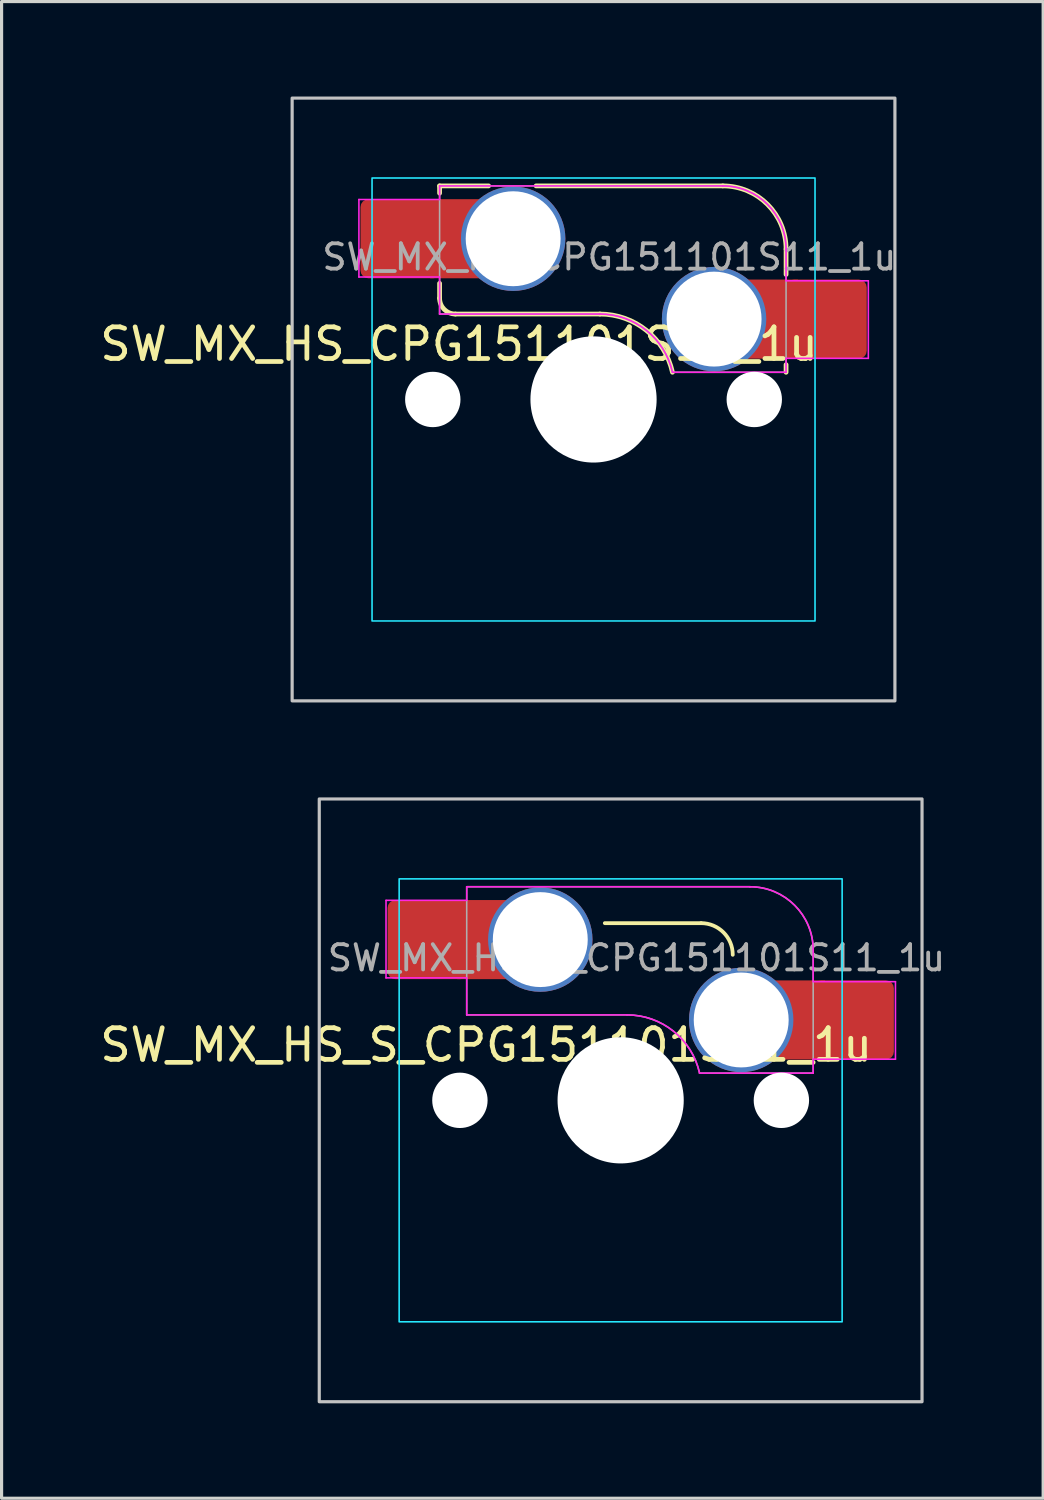
<source format=kicad_pcb>
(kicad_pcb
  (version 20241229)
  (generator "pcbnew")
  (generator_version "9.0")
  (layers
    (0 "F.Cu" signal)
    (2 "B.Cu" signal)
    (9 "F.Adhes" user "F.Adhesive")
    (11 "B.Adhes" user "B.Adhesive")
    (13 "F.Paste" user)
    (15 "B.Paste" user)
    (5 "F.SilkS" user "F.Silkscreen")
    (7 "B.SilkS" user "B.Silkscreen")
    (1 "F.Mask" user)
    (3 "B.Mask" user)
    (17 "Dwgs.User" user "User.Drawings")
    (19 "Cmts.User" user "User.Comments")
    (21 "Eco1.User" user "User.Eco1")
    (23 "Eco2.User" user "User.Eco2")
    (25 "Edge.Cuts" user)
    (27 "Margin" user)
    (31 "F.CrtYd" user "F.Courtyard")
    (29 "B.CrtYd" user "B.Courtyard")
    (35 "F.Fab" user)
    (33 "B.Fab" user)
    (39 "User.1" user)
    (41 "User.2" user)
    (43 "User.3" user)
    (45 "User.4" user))
  (footprint "SW_MX_HS_S_CPG151101S11_1u"
    (layer "F.Cu")
    (at 16.565 31.725)
    (property "Reference" "SW_MX_HS_S_CPG151101S11_1u" (at -4.25 -1.75 0) (layer "F.SilkS") (effects (font (size 1 1) (thickness 0.15))))
    (attr smd)
    (fp_line (start -0.5 -5.6) (end 2.543 -5.6) (stroke (width 0.12) (type solid)) (layer "F.SilkS"))
    (fp_arc (start 2.542893 -5.6) (mid 3.25 -5.307107) (end 3.542893 -4.6) (stroke (width 0.12) (type solid)) (layer "F.SilkS"))
    (fp_rect (start -9.525 -9.525) (end 9.525 9.525) (stroke (width 0.1) (type default)) (fill no) (layer "Dwgs.User"))
    (fp_line (start -7 -6.5) (end -7 6.5) (stroke (width 0.05) (type solid)) (layer "Eco2.User"))
    (fp_line (start -6.5 7) (end 6.5 7) (stroke (width 0.05) (type solid)) (layer "Eco2.User"))
    (fp_line (start 6.5 -7) (end -6.5 -7) (stroke (width 0.05) (type solid)) (layer "Eco2.User"))
    (fp_line (start 7 6.5) (end 7 -6.5) (stroke (width 0.05) (type solid)) (layer "Eco2.User"))
    (fp_arc (start -7 -6.5) (mid -6.853553 -6.853553) (end -6.5 -7) (stroke (width 0.05) (type solid)) (layer "Eco2.User"))
    (fp_arc (start -6.497236 6.998884) (mid -6.850789 6.852437) (end -6.997236 6.498884) (stroke (width 0.05) (type solid)) (layer "Eco2.User"))
    (fp_arc (start 6.5 -7) (mid 6.853553 -6.853553) (end 7 -6.5) (stroke (width 0.05) (type solid)) (layer "Eco2.User"))
    (fp_arc (start 7 6.5) (mid 6.853553 6.853553) (end 6.5 7) (stroke (width 0.05) (type solid)) (layer "Eco2.User"))
    (fp_rect (start -7 -7) (end 7 7) (stroke (width 0.05) (type default)) (fill no) (layer "B.CrtYd"))
    (fp_line (start -7.415 -6.32) (end -4.865 -6.32) (stroke (width 0.05) (type solid)) (layer "F.CrtYd"))
    (fp_line (start -7.415 -3.87) (end -7.415 -6.32) (stroke (width 0.05) (type solid)) (layer "F.CrtYd"))
    (fp_line (start -4.865 -6.75) (end -4.865 -6.32) (stroke (width 0.05) (type solid)) (layer "F.CrtYd"))
    (fp_line (start -4.865 -3.87) (end -7.415 -3.87) (stroke (width 0.05) (type solid)) (layer "F.CrtYd"))
    (fp_line (start -4.865 -3.87) (end -4.865 -2.7) (stroke (width 0.05) (type solid)) (layer "F.CrtYd"))
    (fp_line (start -4.865 -2.7) (end 0.2 -2.7) (stroke (width 0.05) (type solid)) (layer "F.CrtYd"))
    (fp_line (start 4.085 -6.75) (end -4.865 -6.75) (stroke (width 0.05) (type solid)) (layer "F.CrtYd"))
    (fp_line (start 6.085 -3.75) (end 6.085 -4.75) (stroke (width 0.05) (type solid)) (layer "F.CrtYd"))
    (fp_line (start 6.085 -3.75) (end 8.685 -3.75) (stroke (width 0.05) (type solid)) (layer "F.CrtYd"))
    (fp_line (start 6.085 -1.3) (end 6.085 -0.86) (stroke (width 0.05) (type solid)) (layer "F.CrtYd"))
    (fp_line (start 6.085 -0.86) (end 2.494 -0.86) (stroke (width 0.05) (type solid)) (layer "F.CrtYd"))
    (fp_line (start 8.685 -3.75) (end 8.685 -1.3) (stroke (width 0.05) (type solid)) (layer "F.CrtYd"))
    (fp_line (start 8.685 -1.3) (end 6.085 -1.3) (stroke (width 0.05) (type solid)) (layer "F.CrtYd"))
    (fp_arc (start 0.2 -2.70022) (mid 1.670503 -2.183399) (end 2.494322 -0.86022) (stroke (width 0.05) (type solid)) (layer "F.CrtYd"))
    (fp_arc (start 4.085176 -6.75022) (mid 5.49939 -6.164434) (end 6.085176 -4.75022) (stroke (width 0.05) (type solid)) (layer "F.CrtYd"))
    (fp_line (start -4.865 -6.75) (end -4.865 -2.7) (stroke (width 0.05) (type solid)) (layer "F.Fab"))
    (fp_line (start -4.865 -2.7) (end 0.2 -2.7) (stroke (width 0.05) (type solid)) (layer "F.Fab"))
    (fp_line (start 4.085 -6.75) (end -4.865 -6.75) (stroke (width 0.05) (type solid)) (layer "F.Fab"))
    (fp_line (start 6.085 -0.86) (end 2.494 -0.86) (stroke (width 0.05) (type solid)) (layer "F.Fab"))
    (fp_line (start 6.085 -0.86) (end 6.085 -4.75) (stroke (width 0.05) (type solid)) (layer "F.Fab"))
    (fp_arc (start 0.2 -2.70022) (mid 1.670503 -2.183399) (end 2.494322 -0.86022) (stroke (width 0.05) (type solid)) (layer "F.Fab"))
    (fp_arc (start 4.085176 -6.75022) (mid 5.49939 -6.164434) (end 6.085176 -4.75022) (stroke (width 0.05) (type solid)) (layer "F.Fab"))
    (fp_text user "${REFERENCE}" (at 0.5 -4.5 0) (layer "F.Fab") (effects (font (size 0.8 0.8) (thickness 0.12))))
    (pad "" np_thru_hole circle (at -5.08 0) (size 1.75 1.75) (drill 1.75) (layers "*.Cu" "*.Mask"))
    (pad "" np_thru_hole circle (at 0 0) (size 3.988 3.988) (drill 3.988) (layers "*.Cu" "*.Mask"))
    (pad "" np_thru_hole circle (at 5.08 0) (size 1.75 1.75) (drill 1.75) (layers "*.Cu" "*.Mask"))
    (pad "1" thru_hole circle (at 3.81 -2.54) (size 3.3 3.3) (drill 3) (property pad_prop_mechanical) (layers "*.Cu" "*.Mask"))
    (pad "1" smd rect (at 5.635 -2.54 180) (size 1.65 2.5) (layers "F.Cu"))
    (pad "1" smd roundrect (at 7.36 -2.54) (size 2.55 2.5) (layers "F.Cu" "F.Mask" "F.Paste") (roundrect_rratio 0.1))
    (pad "2" smd roundrect (at -6.09 -5.08) (size 2.55 2.5) (layers "F.Cu" "F.Mask" "F.Paste") (roundrect_rratio 0.1))
    (pad "2" smd rect (at -4.34 -5.08) (size 1.65 2.5) (layers "F.Cu"))
    (pad "2" thru_hole circle (at -2.54 -5.08) (size 3.3 3.3) (drill 3) (property pad_prop_mechanical) (layers "*.Cu" "*.Mask")))
  (footprint "SW_MX_HS_CPG151101S11_1u"
    (layer "F.Cu")
    (at 15.708 9.575)
    (property "Reference" "SW_MX_HS_CPG151101S11_1u" (at -4.25 -1.75 0) (layer "F.SilkS") (effects (font (size 1 1) (thickness 0.15))))
    (attr smd)
    (fp_line (start -4.865 -6.75) (end -4.865 -6.52) (stroke (width 0.15) (type solid)) (layer "F.SilkS"))
    (fp_line (start -4.865 -3.67) (end -4.865 -3.2) (stroke (width 0.15) (type solid)) (layer "F.SilkS"))
    (fp_line (start -4.365 -2.7) (end 0.2 -2.7) (stroke (width 0.15) (type solid)) (layer "F.SilkS"))
    (fp_line (start -3.315 -6.75) (end -4.865 -6.75) (stroke (width 0.15) (type solid)) (layer "F.SilkS"))
    (fp_line (start 4.085 -6.75) (end -1.815 -6.75) (stroke (width 0.15) (type solid)) (layer "F.SilkS"))
    (fp_line (start 6.085 -3.95) (end 6.085 -4.75) (stroke (width 0.15) (type solid)) (layer "F.SilkS"))
    (fp_line (start 6.085 -1.1) (end 6.085 -0.86) (stroke (width 0.15) (type solid)) (layer "F.SilkS"))
    (fp_arc (start -4.364824 -2.70022) (mid -4.718377 -2.846667) (end -4.864824 -3.20022) (stroke (width 0.15) (type solid)) (layer "F.SilkS"))
    (fp_arc (start 0.2 -2.70022) (mid 1.670693 -2.183637) (end 2.494322 -0.86022) (stroke (width 0.15) (type solid)) (layer "F.SilkS"))
    (fp_arc (start 4.085176 -6.75022) (mid 5.49939 -6.164434) (end 6.085176 -4.75022) (stroke (width 0.15) (type solid)) (layer "F.SilkS"))
    (fp_rect (start -9.525 -9.525) (end 9.525 9.525) (stroke (width 0.1) (type default)) (fill no) (layer "Dwgs.User"))
    (fp_line (start -7 -6.5) (end -7 6.5) (stroke (width 0.05) (type solid)) (layer "Eco2.User"))
    (fp_line (start -6.5 7) (end 6.5 7) (stroke (width 0.05) (type solid)) (layer "Eco2.User"))
    (fp_line (start 6.5 -7) (end -6.5 -7) (stroke (width 0.05) (type solid)) (layer "Eco2.User"))
    (fp_line (start 7 6.5) (end 7 -6.5) (stroke (width 0.05) (type solid)) (layer "Eco2.User"))
    (fp_arc (start -7 -6.5) (mid -6.853553 -6.853553) (end -6.5 -7) (stroke (width 0.05) (type solid)) (layer "Eco2.User"))
    (fp_arc (start -6.497236 6.998884) (mid -6.850789 6.852437) (end -6.997236 6.498884) (stroke (width 0.05) (type solid)) (layer "Eco2.User"))
    (fp_arc (start 6.5 -7) (mid 6.853553 -6.853553) (end 7 -6.5) (stroke (width 0.05) (type solid)) (layer "Eco2.User"))
    (fp_arc (start 7 6.5) (mid 6.853553 6.853553) (end 6.5 7) (stroke (width 0.05) (type solid)) (layer "Eco2.User"))
    (fp_rect (start -7 -7) (end 7 7) (stroke (width 0.05) (type default)) (fill no) (layer "B.CrtYd"))
    (fp_line (start -7.415 -6.32) (end -4.865 -6.32) (stroke (width 0.05) (type solid)) (layer "F.CrtYd"))
    (fp_line (start -7.415 -3.87) (end -7.415 -6.32) (stroke (width 0.05) (type solid)) (layer "F.CrtYd"))
    (fp_line (start -4.865 -6.75) (end -4.865 -6.32) (stroke (width 0.05) (type solid)) (layer "F.CrtYd"))
    (fp_line (start -4.865 -3.87) (end -7.415 -3.87) (stroke (width 0.05) (type solid)) (layer "F.CrtYd"))
    (fp_line (start -4.865 -3.87) (end -4.865 -2.7) (stroke (width 0.05) (type solid)) (layer "F.CrtYd"))
    (fp_line (start -4.865 -2.7) (end 0.2 -2.7) (stroke (width 0.05) (type solid)) (layer "F.CrtYd"))
    (fp_line (start 4.085 -6.75) (end -4.865 -6.75) (stroke (width 0.05) (type solid)) (layer "F.CrtYd"))
    (fp_line (start 6.085 -3.75) (end 6.085 -4.75) (stroke (width 0.05) (type solid)) (layer "F.CrtYd"))
    (fp_line (start 6.085 -3.75) (end 8.685 -3.75) (stroke (width 0.05) (type solid)) (layer "F.CrtYd"))
    (fp_line (start 6.085 -1.3) (end 6.085 -0.86) (stroke (width 0.05) (type solid)) (layer "F.CrtYd"))
    (fp_line (start 6.085 -0.86) (end 2.494 -0.86) (stroke (width 0.05) (type solid)) (layer "F.CrtYd"))
    (fp_line (start 8.685 -3.75) (end 8.685 -1.3) (stroke (width 0.05) (type solid)) (layer "F.CrtYd"))
    (fp_line (start 8.685 -1.3) (end 6.085 -1.3) (stroke (width 0.05) (type solid)) (layer "F.CrtYd"))
    (fp_arc (start 0.2 -2.70022) (mid 1.670503 -2.183399) (end 2.494322 -0.86022) (stroke (width 0.05) (type solid)) (layer "F.CrtYd"))
    (fp_arc (start 4.085176 -6.75022) (mid 5.49939 -6.164434) (end 6.085176 -4.75022) (stroke (width 0.05) (type solid)) (layer "F.CrtYd"))
    (fp_line (start -4.865 -6.75) (end -4.865 -2.7) (stroke (width 0.05) (type solid)) (layer "F.Fab"))
    (fp_line (start -4.865 -2.7) (end 0.2 -2.7) (stroke (width 0.05) (type solid)) (layer "F.Fab"))
    (fp_line (start 4.085 -6.75) (end -4.865 -6.75) (stroke (width 0.05) (type solid)) (layer "F.Fab"))
    (fp_line (start 6.085 -0.86) (end 2.494 -0.86) (stroke (width 0.05) (type solid)) (layer "F.Fab"))
    (fp_line (start 6.085 -0.86) (end 6.085 -4.75) (stroke (width 0.05) (type solid)) (layer "F.Fab"))
    (fp_arc (start 0.2 -2.70022) (mid 1.670503 -2.183399) (end 2.494322 -0.86022) (stroke (width 0.05) (type solid)) (layer "F.Fab"))
    (fp_arc (start 4.085176 -6.75022) (mid 5.49939 -6.164434) (end 6.085176 -4.75022) (stroke (width 0.05) (type solid)) (layer "F.Fab"))
    (fp_text user "${REFERENCE}" (at 0.5 -4.5 0) (layer "F.Fab") (effects (font (size 0.8 0.8) (thickness 0.12))))
    (pad "" np_thru_hole circle (at -5.08 0) (size 1.75 1.75) (drill 1.75) (layers "*.Cu" "*.Mask"))
    (pad "" np_thru_hole circle (at 0 0) (size 3.988 3.988) (drill 3.988) (layers "*.Cu" "*.Mask"))
    (pad "" np_thru_hole circle (at 5.08 0) (size 1.75 1.75) (drill 1.75) (layers "*.Cu" "*.Mask"))
    (pad "1" thru_hole circle (at 3.81 -2.54) (size 3.3 3.3) (drill 3) (property pad_prop_mechanical) (layers "*.Cu" "*.Mask"))
    (pad "1" smd rect (at 5.635 -2.54 180) (size 1.65 2.5) (layers "F.Cu"))
    (pad "1" smd roundrect (at 7.36 -2.54) (size 2.55 2.5) (layers "F.Cu" "F.Mask" "F.Paste") (roundrect_rratio 0.1))
    (pad "2" smd roundrect (at -6.09 -5.08) (size 2.55 2.5) (layers "F.Cu" "F.Mask" "F.Paste") (roundrect_rratio 0.1))
    (pad "2" smd rect (at -4.34 -5.08) (size 1.65 2.5) (layers "F.Cu"))
    (pad "2" thru_hole circle (at -2.54 -5.08) (size 3.3 3.3) (drill 3) (property pad_prop_mechanical) (layers "*.Cu" "*.Mask")))
  (gr_rect
    (start -3 -3)
    (end 29.918 44.3)
    (stroke (width 0.1) (type default))
    (fill no)
    (layer "Edge.Cuts")))
</source>
